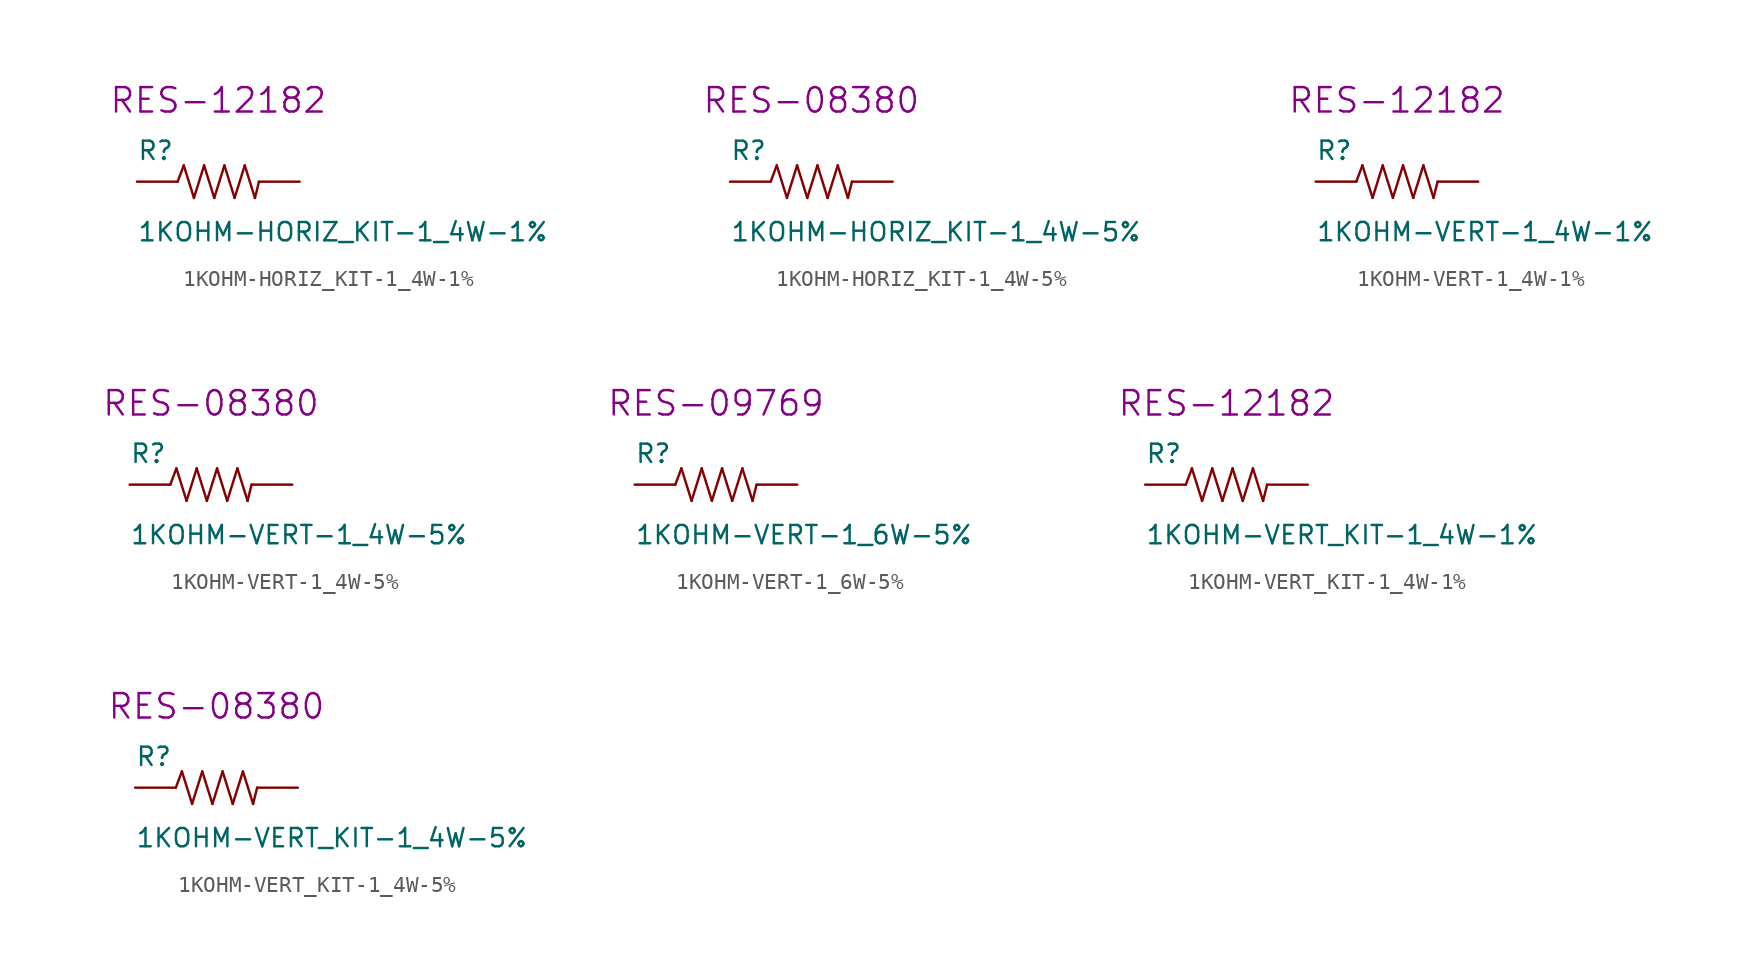
<source format=kicad_sym>
(kicad_symbol_lib
  (version 20220914)
  (generator kicad_symbol_editor)
  (symbol "1KOHM-HORIZ_KIT-1_4W-1%"
    (pin_numbers hide)
    (pin_names
      (offset 1.016) hide)
    (property "Reference" "R"
      (at -5.08 1.27 0)
      (effects (font (size 1.143 1.143)) (justify left bottom)))
    (property "Value" "1KOHM-HORIZ_KIT-1_4W-1%"
      (at -5.08 -3.81 0)
      (effects (font (size 1.143 1.143)) (justify left bottom)))
    (property "Field4" "RES-12182"
      (at 0 5.08 0)
      (effects (font (size 1.524 1.524))))
    (property "ki_locked" ""
      (at 0 0 0)
      (effects (font (size 1.27 1.27))))
    (symbol "1KOHM-HORIZ_KIT-1_4W-1%_1_0"
      (polyline (pts (xy -2.54 0) (xy -2.159 1.016)) (stroke (width 0) (type solid)) (fill (type none)))
      (polyline (pts (xy -2.159 1.016) (xy -1.524 -1.016)) (stroke (width 0) (type solid)) (fill (type none)))
      (polyline (pts (xy -1.524 -1.016) (xy -0.889 1.016)) (stroke (width 0) (type solid)) (fill (type none)))
      (polyline (pts (xy -0.889 1.016) (xy -0.254 -1.016)) (stroke (width 0) (type solid)) (fill (type none)))
      (polyline (pts (xy -0.254 -1.016) (xy 0.381 1.016)) (stroke (width 0) (type solid)) (fill (type none)))
      (polyline (pts (xy 0.381 1.016) (xy 1.016 -1.016)) (stroke (width 0) (type solid)) (fill (type none)))
      (polyline (pts (xy 1.016 -1.016) (xy 1.651 1.016)) (stroke (width 0) (type solid)) (fill (type none)))
      (polyline (pts (xy 1.651 1.016) (xy 2.286 -1.016)) (stroke (width 0) (type solid)) (fill (type none)))
      (polyline (pts (xy 2.286 -1.016) (xy 2.54 0)) (stroke (width 0) (type solid)) (fill (type none))))
    (symbol "1KOHM-HORIZ_KIT-1_4W-1%_1_1"
      (pin passive line (at -5.08 0 0) (length 2.54) (name "1" (effects (font (size 1.016 1.016)))) (number "P$1" (effects (font (size 1.016 1.016)))))
      (pin passive line (at 5.08 0 180) (length 2.54) (name "2" (effects (font (size 1.016 1.016)))) (number "P$2" (effects (font (size 1.016 1.016)))))))
  (symbol "1KOHM-HORIZ_KIT-1_4W-5%"
    (pin_numbers hide)
    (pin_names
      (offset 1.016) hide)
    (property "Reference" "R"
      (at -5.08 1.27 0)
      (effects (font (size 1.143 1.143)) (justify left bottom)))
    (property "Value" "1KOHM-HORIZ_KIT-1_4W-5%"
      (at -5.08 -3.81 0)
      (effects (font (size 1.143 1.143)) (justify left bottom)))
    (property "Field4" "RES-08380"
      (at 0 5.08 0)
      (effects (font (size 1.524 1.524))))
    (property "ki_locked" ""
      (at 0 0 0)
      (effects (font (size 1.27 1.27))))
    (symbol "1KOHM-HORIZ_KIT-1_4W-5%_1_0"
      (polyline (pts (xy -2.54 0) (xy -2.159 1.016)) (stroke (width 0) (type solid)) (fill (type none)))
      (polyline (pts (xy -2.159 1.016) (xy -1.524 -1.016)) (stroke (width 0) (type solid)) (fill (type none)))
      (polyline (pts (xy -1.524 -1.016) (xy -0.889 1.016)) (stroke (width 0) (type solid)) (fill (type none)))
      (polyline (pts (xy -0.889 1.016) (xy -0.254 -1.016)) (stroke (width 0) (type solid)) (fill (type none)))
      (polyline (pts (xy -0.254 -1.016) (xy 0.381 1.016)) (stroke (width 0) (type solid)) (fill (type none)))
      (polyline (pts (xy 0.381 1.016) (xy 1.016 -1.016)) (stroke (width 0) (type solid)) (fill (type none)))
      (polyline (pts (xy 1.016 -1.016) (xy 1.651 1.016)) (stroke (width 0) (type solid)) (fill (type none)))
      (polyline (pts (xy 1.651 1.016) (xy 2.286 -1.016)) (stroke (width 0) (type solid)) (fill (type none)))
      (polyline (pts (xy 2.286 -1.016) (xy 2.54 0)) (stroke (width 0) (type solid)) (fill (type none))))
    (symbol "1KOHM-HORIZ_KIT-1_4W-5%_1_1"
      (pin passive line (at -5.08 0 0) (length 2.54) (name "1" (effects (font (size 1.016 1.016)))) (number "P$1" (effects (font (size 1.016 1.016)))))
      (pin passive line (at 5.08 0 180) (length 2.54) (name "2" (effects (font (size 1.016 1.016)))) (number "P$2" (effects (font (size 1.016 1.016)))))))
  (symbol "1KOHM-VERT-1_4W-1%"
    (pin_numbers hide)
    (pin_names
      (offset 1.016) hide)
    (property "Reference" "R"
      (at -5.08 1.27 0)
      (effects (font (size 1.143 1.143)) (justify left bottom)))
    (property "Value" "1KOHM-VERT-1_4W-1%"
      (at -5.08 -3.81 0)
      (effects (font (size 1.143 1.143)) (justify left bottom)))
    (property "Field4" "RES-12182"
      (at 0 5.08 0)
      (effects (font (size 1.524 1.524))))
    (property "ki_locked" ""
      (at 0 0 0)
      (effects (font (size 1.27 1.27))))
    (symbol "1KOHM-VERT-1_4W-1%_1_0"
      (polyline (pts (xy -2.54 0) (xy -2.159 1.016)) (stroke (width 0) (type solid)) (fill (type none)))
      (polyline (pts (xy -2.159 1.016) (xy -1.524 -1.016)) (stroke (width 0) (type solid)) (fill (type none)))
      (polyline (pts (xy -1.524 -1.016) (xy -0.889 1.016)) (stroke (width 0) (type solid)) (fill (type none)))
      (polyline (pts (xy -0.889 1.016) (xy -0.254 -1.016)) (stroke (width 0) (type solid)) (fill (type none)))
      (polyline (pts (xy -0.254 -1.016) (xy 0.381 1.016)) (stroke (width 0) (type solid)) (fill (type none)))
      (polyline (pts (xy 0.381 1.016) (xy 1.016 -1.016)) (stroke (width 0) (type solid)) (fill (type none)))
      (polyline (pts (xy 1.016 -1.016) (xy 1.651 1.016)) (stroke (width 0) (type solid)) (fill (type none)))
      (polyline (pts (xy 1.651 1.016) (xy 2.286 -1.016)) (stroke (width 0) (type solid)) (fill (type none)))
      (polyline (pts (xy 2.286 -1.016) (xy 2.54 0)) (stroke (width 0) (type solid)) (fill (type none))))
    (symbol "1KOHM-VERT-1_4W-1%_1_1"
      (pin passive line (at -5.08 0 0) (length 2.54) (name "1" (effects (font (size 1.016 1.016)))) (number "P$1" (effects (font (size 1.016 1.016)))))
      (pin passive line (at 5.08 0 180) (length 2.54) (name "2" (effects (font (size 1.016 1.016)))) (number "P$2" (effects (font (size 1.016 1.016)))))))
  (symbol "1KOHM-VERT-1_4W-5%"
    (pin_numbers hide)
    (pin_names
      (offset 1.016) hide)
    (property "Reference" "R"
      (at -5.08 1.27 0)
      (effects (font (size 1.143 1.143)) (justify left bottom)))
    (property "Value" "1KOHM-VERT-1_4W-5%"
      (at -5.08 -3.81 0)
      (effects (font (size 1.143 1.143)) (justify left bottom)))
    (property "Field4" "RES-08380"
      (at 0 5.08 0)
      (effects (font (size 1.524 1.524))))
    (property "ki_locked" ""
      (at 0 0 0)
      (effects (font (size 1.27 1.27))))
    (symbol "1KOHM-VERT-1_4W-5%_1_0"
      (polyline (pts (xy -2.54 0) (xy -2.159 1.016)) (stroke (width 0) (type solid)) (fill (type none)))
      (polyline (pts (xy -2.159 1.016) (xy -1.524 -1.016)) (stroke (width 0) (type solid)) (fill (type none)))
      (polyline (pts (xy -1.524 -1.016) (xy -0.889 1.016)) (stroke (width 0) (type solid)) (fill (type none)))
      (polyline (pts (xy -0.889 1.016) (xy -0.254 -1.016)) (stroke (width 0) (type solid)) (fill (type none)))
      (polyline (pts (xy -0.254 -1.016) (xy 0.381 1.016)) (stroke (width 0) (type solid)) (fill (type none)))
      (polyline (pts (xy 0.381 1.016) (xy 1.016 -1.016)) (stroke (width 0) (type solid)) (fill (type none)))
      (polyline (pts (xy 1.016 -1.016) (xy 1.651 1.016)) (stroke (width 0) (type solid)) (fill (type none)))
      (polyline (pts (xy 1.651 1.016) (xy 2.286 -1.016)) (stroke (width 0) (type solid)) (fill (type none)))
      (polyline (pts (xy 2.286 -1.016) (xy 2.54 0)) (stroke (width 0) (type solid)) (fill (type none))))
    (symbol "1KOHM-VERT-1_4W-5%_1_1"
      (pin passive line (at -5.08 0 0) (length 2.54) (name "1" (effects (font (size 1.016 1.016)))) (number "P$1" (effects (font (size 1.016 1.016)))))
      (pin passive line (at 5.08 0 180) (length 2.54) (name "2" (effects (font (size 1.016 1.016)))) (number "P$2" (effects (font (size 1.016 1.016)))))))
  (symbol "1KOHM-VERT-1_6W-5%"
    (pin_numbers hide)
    (pin_names
      (offset 1.016) hide)
    (property "Reference" "R"
      (at -5.08 1.27 0)
      (effects (font (size 1.143 1.143)) (justify left bottom)))
    (property "Value" "1KOHM-VERT-1_6W-5%"
      (at -5.08 -3.81 0)
      (effects (font (size 1.143 1.143)) (justify left bottom)))
    (property "Field4" "RES-09769"
      (at 0 5.08 0)
      (effects (font (size 1.524 1.524))))
    (property "ki_locked" ""
      (at 0 0 0)
      (effects (font (size 1.27 1.27))))
    (symbol "1KOHM-VERT-1_6W-5%_1_0"
      (polyline (pts (xy -2.54 0) (xy -2.159 1.016)) (stroke (width 0) (type solid)) (fill (type none)))
      (polyline (pts (xy -2.159 1.016) (xy -1.524 -1.016)) (stroke (width 0) (type solid)) (fill (type none)))
      (polyline (pts (xy -1.524 -1.016) (xy -0.889 1.016)) (stroke (width 0) (type solid)) (fill (type none)))
      (polyline (pts (xy -0.889 1.016) (xy -0.254 -1.016)) (stroke (width 0) (type solid)) (fill (type none)))
      (polyline (pts (xy -0.254 -1.016) (xy 0.381 1.016)) (stroke (width 0) (type solid)) (fill (type none)))
      (polyline (pts (xy 0.381 1.016) (xy 1.016 -1.016)) (stroke (width 0) (type solid)) (fill (type none)))
      (polyline (pts (xy 1.016 -1.016) (xy 1.651 1.016)) (stroke (width 0) (type solid)) (fill (type none)))
      (polyline (pts (xy 1.651 1.016) (xy 2.286 -1.016)) (stroke (width 0) (type solid)) (fill (type none)))
      (polyline (pts (xy 2.286 -1.016) (xy 2.54 0)) (stroke (width 0) (type solid)) (fill (type none))))
    (symbol "1KOHM-VERT-1_6W-5%_1_1"
      (pin passive line (at -5.08 0 0) (length 2.54) (name "1" (effects (font (size 1.016 1.016)))) (number "P$1" (effects (font (size 1.016 1.016)))))
      (pin passive line (at 5.08 0 180) (length 2.54) (name "2" (effects (font (size 1.016 1.016)))) (number "P$2" (effects (font (size 1.016 1.016)))))))
  (symbol "1KOHM-VERT_KIT-1_4W-1%"
    (pin_numbers hide)
    (pin_names
      (offset 1.016) hide)
    (property "Reference" "R"
      (at -5.08 1.27 0)
      (effects (font (size 1.143 1.143)) (justify left bottom)))
    (property "Value" "1KOHM-VERT_KIT-1_4W-1%"
      (at -5.08 -3.81 0)
      (effects (font (size 1.143 1.143)) (justify left bottom)))
    (property "Field4" "RES-12182"
      (at 0 5.08 0)
      (effects (font (size 1.524 1.524))))
    (property "ki_locked" ""
      (at 0 0 0)
      (effects (font (size 1.27 1.27))))
    (symbol "1KOHM-VERT_KIT-1_4W-1%_1_0"
      (polyline (pts (xy -2.54 0) (xy -2.159 1.016)) (stroke (width 0) (type solid)) (fill (type none)))
      (polyline (pts (xy -2.159 1.016) (xy -1.524 -1.016)) (stroke (width 0) (type solid)) (fill (type none)))
      (polyline (pts (xy -1.524 -1.016) (xy -0.889 1.016)) (stroke (width 0) (type solid)) (fill (type none)))
      (polyline (pts (xy -0.889 1.016) (xy -0.254 -1.016)) (stroke (width 0) (type solid)) (fill (type none)))
      (polyline (pts (xy -0.254 -1.016) (xy 0.381 1.016)) (stroke (width 0) (type solid)) (fill (type none)))
      (polyline (pts (xy 0.381 1.016) (xy 1.016 -1.016)) (stroke (width 0) (type solid)) (fill (type none)))
      (polyline (pts (xy 1.016 -1.016) (xy 1.651 1.016)) (stroke (width 0) (type solid)) (fill (type none)))
      (polyline (pts (xy 1.651 1.016) (xy 2.286 -1.016)) (stroke (width 0) (type solid)) (fill (type none)))
      (polyline (pts (xy 2.286 -1.016) (xy 2.54 0)) (stroke (width 0) (type solid)) (fill (type none))))
    (symbol "1KOHM-VERT_KIT-1_4W-1%_1_1"
      (pin passive line (at -5.08 0 0) (length 2.54) (name "1" (effects (font (size 1.016 1.016)))) (number "P$1" (effects (font (size 1.016 1.016)))))
      (pin passive line (at 5.08 0 180) (length 2.54) (name "2" (effects (font (size 1.016 1.016)))) (number "P$2" (effects (font (size 1.016 1.016)))))))
  (symbol "1KOHM-VERT_KIT-1_4W-5%"
    (pin_numbers hide)
    (pin_names
      (offset 1.016) hide)
    (property "Reference" "R"
      (at -5.08 1.27 0)
      (effects (font (size 1.143 1.143)) (justify left bottom)))
    (property "Value" "1KOHM-VERT_KIT-1_4W-5%"
      (at -5.08 -3.81 0)
      (effects (font (size 1.143 1.143)) (justify left bottom)))
    (property "Field4" "RES-08380"
      (at 0 5.08 0)
      (effects (font (size 1.524 1.524))))
    (property "ki_locked" ""
      (at 0 0 0)
      (effects (font (size 1.27 1.27))))
    (symbol "1KOHM-VERT_KIT-1_4W-5%_1_0"
      (polyline (pts (xy -2.54 0) (xy -2.159 1.016)) (stroke (width 0) (type solid)) (fill (type none)))
      (polyline (pts (xy -2.159 1.016) (xy -1.524 -1.016)) (stroke (width 0) (type solid)) (fill (type none)))
      (polyline (pts (xy -1.524 -1.016) (xy -0.889 1.016)) (stroke (width 0) (type solid)) (fill (type none)))
      (polyline (pts (xy -0.889 1.016) (xy -0.254 -1.016)) (stroke (width 0) (type solid)) (fill (type none)))
      (polyline (pts (xy -0.254 -1.016) (xy 0.381 1.016)) (stroke (width 0) (type solid)) (fill (type none)))
      (polyline (pts (xy 0.381 1.016) (xy 1.016 -1.016)) (stroke (width 0) (type solid)) (fill (type none)))
      (polyline (pts (xy 1.016 -1.016) (xy 1.651 1.016)) (stroke (width 0) (type solid)) (fill (type none)))
      (polyline (pts (xy 1.651 1.016) (xy 2.286 -1.016)) (stroke (width 0) (type solid)) (fill (type none)))
      (polyline (pts (xy 2.286 -1.016) (xy 2.54 0)) (stroke (width 0) (type solid)) (fill (type none))))
    (symbol "1KOHM-VERT_KIT-1_4W-5%_1_1"
      (pin passive line (at -5.08 0 0) (length 2.54) (name "1" (effects (font (size 1.016 1.016)))) (number "P$1" (effects (font (size 1.016 1.016)))))
      (pin passive line (at 5.08 0 180) (length 2.54) (name "2" (effects (font (size 1.016 1.016)))) (number "P$2" (effects (font (size 1.016 1.016))))))))
</source>
